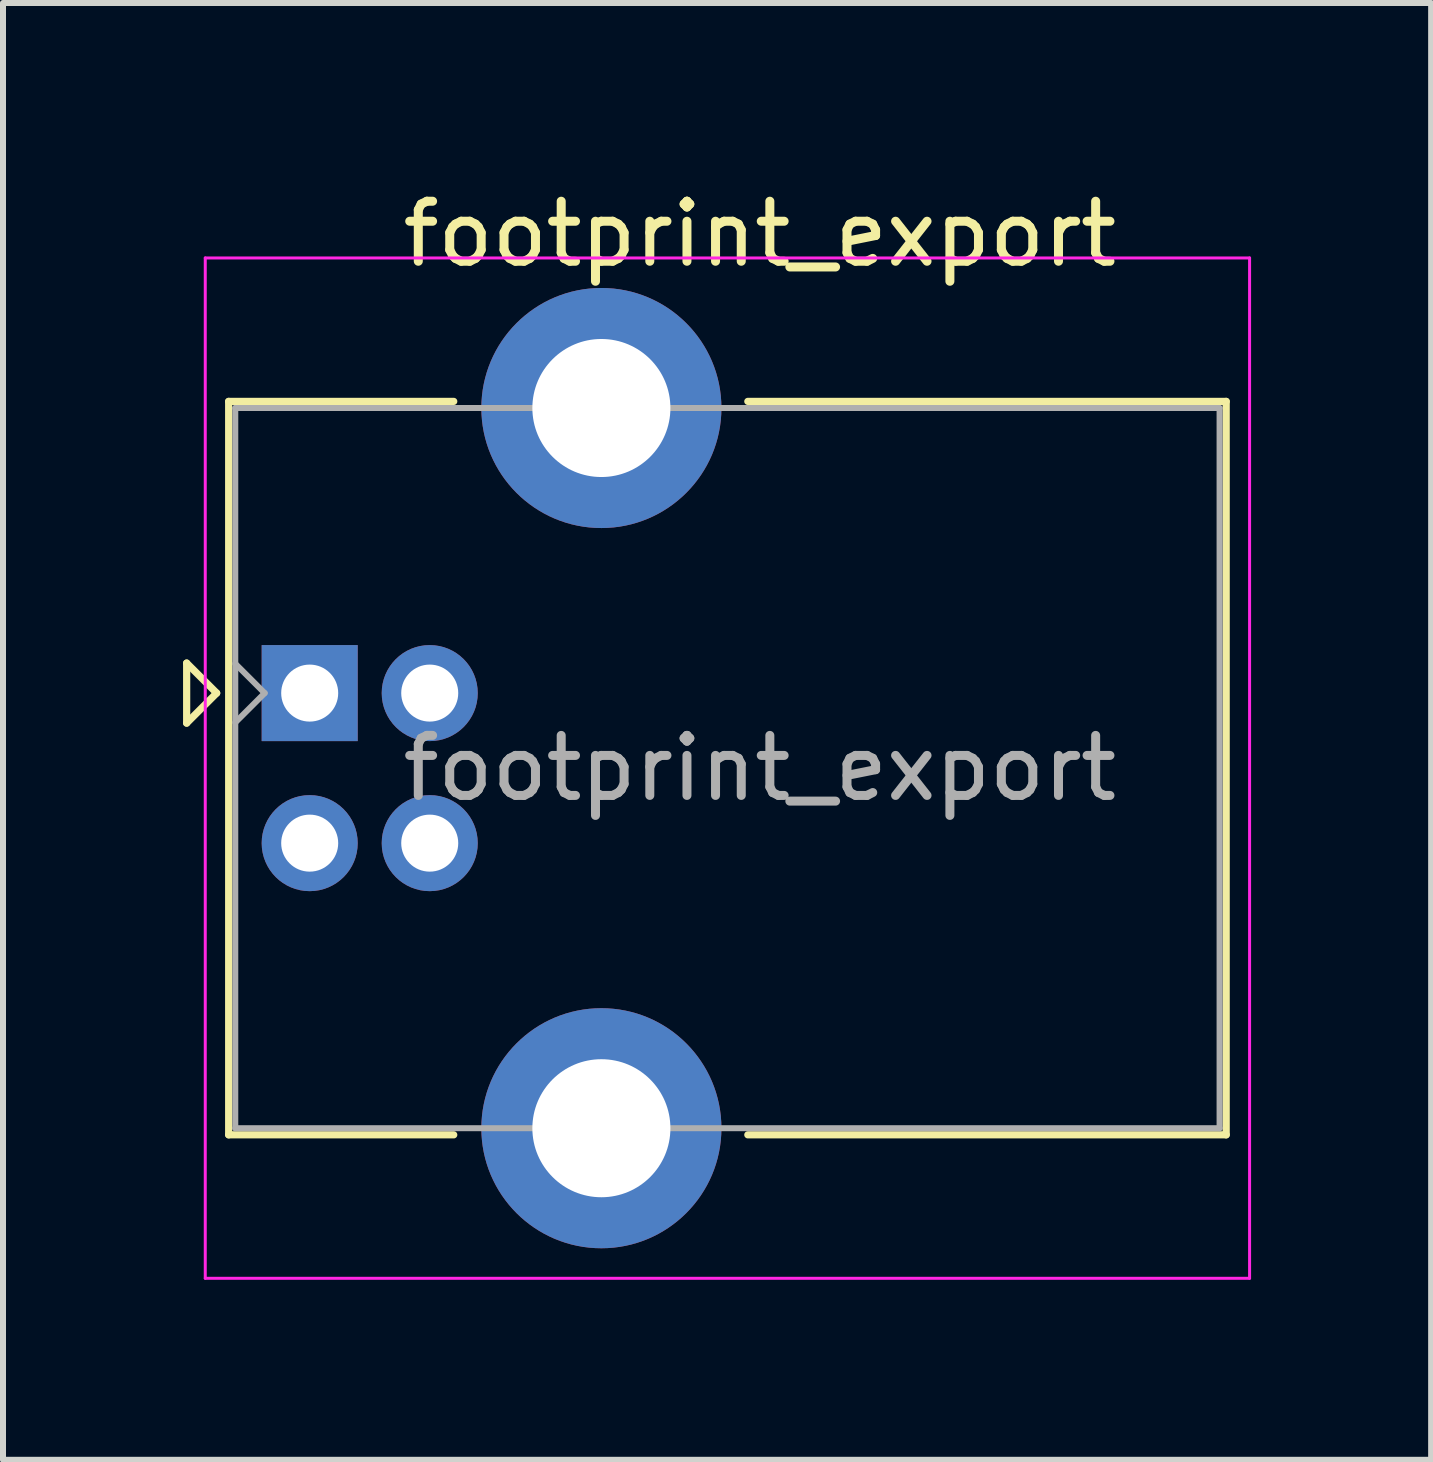
<source format=kicad_pcb>
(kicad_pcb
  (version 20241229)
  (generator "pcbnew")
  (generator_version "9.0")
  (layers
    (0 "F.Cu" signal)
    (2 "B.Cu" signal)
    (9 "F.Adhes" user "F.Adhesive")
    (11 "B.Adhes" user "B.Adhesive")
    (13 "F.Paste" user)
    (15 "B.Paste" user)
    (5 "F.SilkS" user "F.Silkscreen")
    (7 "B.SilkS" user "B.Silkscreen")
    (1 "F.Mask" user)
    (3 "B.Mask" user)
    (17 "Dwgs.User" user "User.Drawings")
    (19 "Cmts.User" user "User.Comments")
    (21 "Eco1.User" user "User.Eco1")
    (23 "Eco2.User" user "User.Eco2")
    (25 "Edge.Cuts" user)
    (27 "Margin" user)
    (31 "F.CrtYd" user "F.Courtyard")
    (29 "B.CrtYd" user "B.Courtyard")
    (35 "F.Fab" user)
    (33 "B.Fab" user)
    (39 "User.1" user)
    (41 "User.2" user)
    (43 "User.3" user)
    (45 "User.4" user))
  (footprint "footprint_export"
    (layer "F.Cu")
    (at 2.11 8.498)
    (property "Reference" "footprint_export" (at 7.5 -7.65 0) (layer "F.SilkS") (effects (font (size 1 1) (thickness 0.15))))
    (attr through_hole)
    (fp_line (start -2.05 -0.5) (end -2.05 0.5) (stroke (width 0.12) (type solid)) (layer "F.SilkS"))
    (fp_line (start -2.05 0.5) (end -1.55 0) (stroke (width 0.12) (type solid)) (layer "F.SilkS"))
    (fp_line (start -1.55 0) (end -2.05 -0.5) (stroke (width 0.12) (type solid)) (layer "F.SilkS"))
    (fp_line (start -1.35 -4.86) (end 2.4 -4.86) (stroke (width 0.12) (type solid)) (layer "F.SilkS"))
    (fp_line (start -1.35 7.36) (end -1.35 -4.86) (stroke (width 0.12) (type solid)) (layer "F.SilkS"))
    (fp_line (start -1.35 7.36) (end 2.4 7.36) (stroke (width 0.12) (type solid)) (layer "F.SilkS"))
    (fp_line (start 15.27 -4.86) (end 7.3 -4.86) (stroke (width 0.12) (type solid)) (layer "F.SilkS"))
    (fp_line (start 15.27 7.36) (end 7.3 7.36) (stroke (width 0.12) (type solid)) (layer "F.SilkS"))
    (fp_line (start 15.27 7.36) (end 15.27 -4.86) (stroke (width 0.12) (type solid)) (layer "F.SilkS"))
    (fp_line (start -1.74 -7.25) (end -1.74 9.75) (stroke (width 0.05) (type solid)) (layer "F.CrtYd"))
    (fp_line (start -1.74 9.75) (end 15.66 9.75) (stroke (width 0.05) (type solid)) (layer "F.CrtYd"))
    (fp_line (start 15.66 -7.25) (end -1.74 -7.25) (stroke (width 0.05) (type solid)) (layer "F.CrtYd"))
    (fp_line (start 15.66 9.75) (end 15.66 -7.25) (stroke (width 0.05) (type solid)) (layer "F.CrtYd"))
    (fp_line (start -1.24 -4.75) (end 15.16 -4.75) (stroke (width 0.1) (type solid)) (layer "F.Fab"))
    (fp_line (start -1.24 0.49) (end -0.75 0) (stroke (width 0.1) (type solid)) (layer "F.Fab"))
    (fp_line (start -1.24 7.25) (end -1.24 -4.75) (stroke (width 0.1) (type solid)) (layer "F.Fab"))
    (fp_line (start -0.75 0) (end -1.24 -0.49) (stroke (width 0.1) (type solid)) (layer "F.Fab"))
    (fp_line (start 15.16 -4.75) (end 15.16 7.25) (stroke (width 0.1) (type solid)) (layer "F.Fab"))
    (fp_line (start 15.16 7.25) (end -1.24 7.25) (stroke (width 0.1) (type solid)) (layer "F.Fab"))
    (fp_text user "${REFERENCE}" (at 7.5 1.25 180) (layer "F.Fab") (effects (font (size 1 1) (thickness 0.15))))
    (pad "1" thru_hole rect (at 0 0 90) (size 1.6 1.6) (drill 0.95) (layers "*.Cu" "*.Mask"))
    (pad "2" thru_hole circle (at 0 2.5 90) (size 1.6 1.6) (drill 0.95) (layers "*.Cu" "*.Mask"))
    (pad "3" thru_hole circle (at 2 2.5 90) (size 1.6 1.6) (drill 0.95) (layers "*.Cu" "*.Mask"))
    (pad "4" thru_hole circle (at 2 0 90) (size 1.6 1.6) (drill 0.95) (layers "*.Cu" "*.Mask"))
    (pad "5" thru_hole circle (at 4.86 -4.75 90) (size 4 4) (drill 2.3) (layers "*.Cu" "*.Mask"))
    (pad "5" thru_hole circle (at 4.86 7.25 90) (size 4 4) (drill 2.3) (layers "*.Cu" "*.Mask")))
  (gr_rect
    (start -3 -3)
    (end 20.795 21.273)
    (stroke (width 0.1) (type default))
    (fill no)
    (layer "Edge.Cuts")))
</source>
